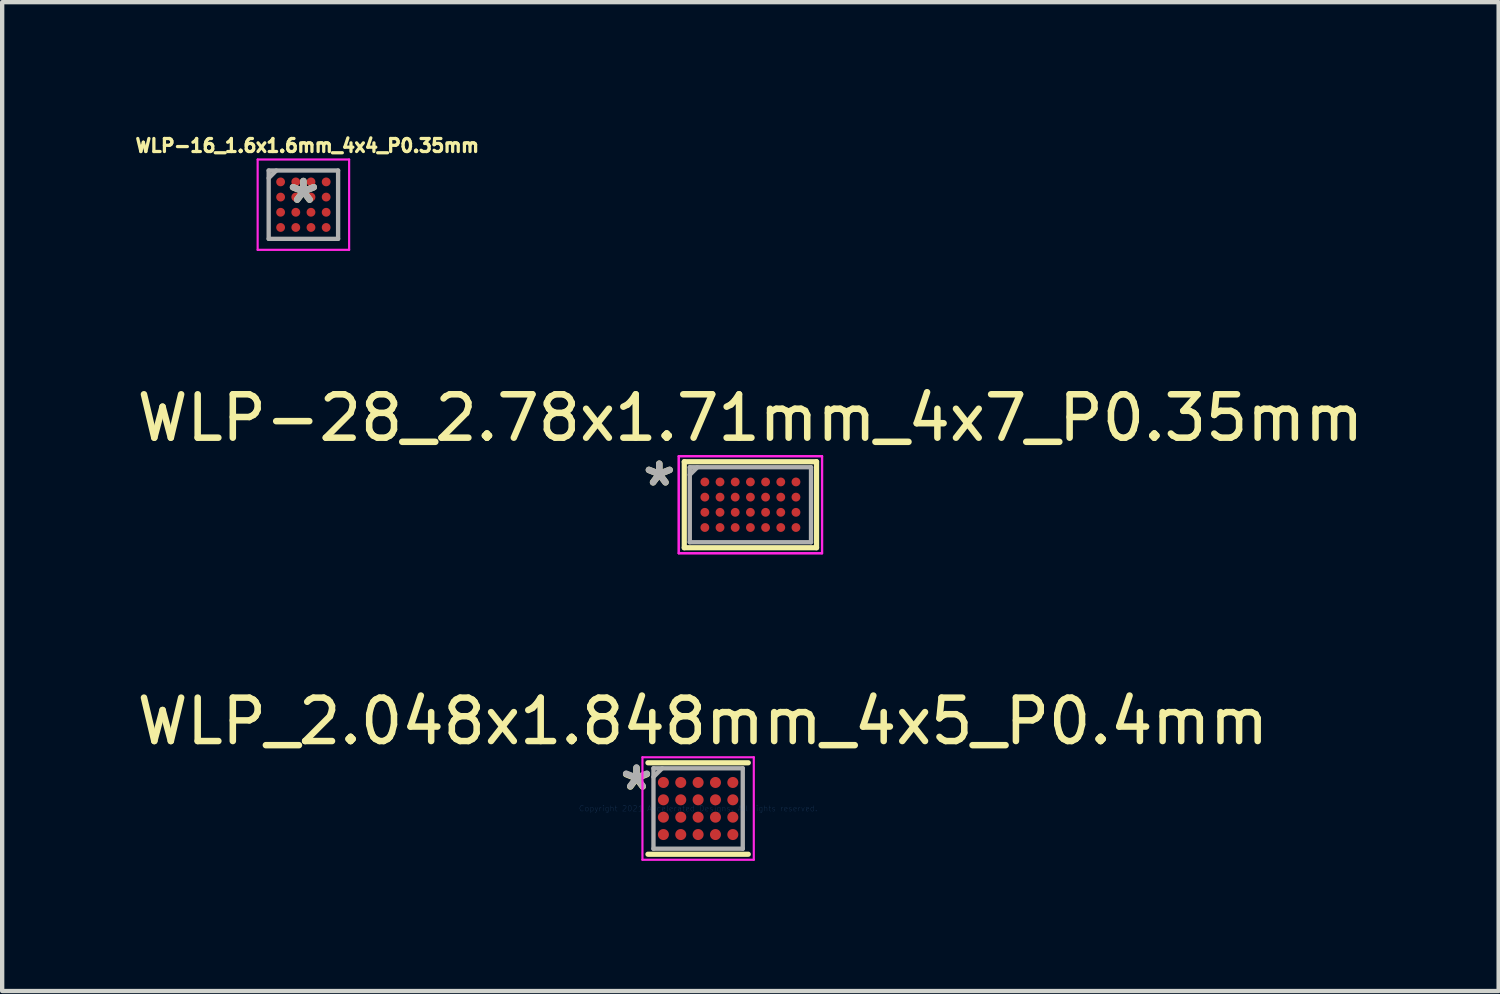
<source format=kicad_pcb>
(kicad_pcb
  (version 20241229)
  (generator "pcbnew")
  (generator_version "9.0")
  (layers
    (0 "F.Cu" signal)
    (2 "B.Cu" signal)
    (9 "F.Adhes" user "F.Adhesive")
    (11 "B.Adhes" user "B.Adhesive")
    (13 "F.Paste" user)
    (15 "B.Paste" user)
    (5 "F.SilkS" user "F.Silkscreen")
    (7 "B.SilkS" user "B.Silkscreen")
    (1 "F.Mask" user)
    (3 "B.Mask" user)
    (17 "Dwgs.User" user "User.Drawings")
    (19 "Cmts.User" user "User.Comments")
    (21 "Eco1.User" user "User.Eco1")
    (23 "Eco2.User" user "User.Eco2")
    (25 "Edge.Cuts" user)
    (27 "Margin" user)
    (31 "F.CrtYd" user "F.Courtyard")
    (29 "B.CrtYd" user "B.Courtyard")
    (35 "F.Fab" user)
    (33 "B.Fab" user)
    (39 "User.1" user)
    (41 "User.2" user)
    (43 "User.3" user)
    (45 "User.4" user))
  (footprint "WLP_2.048x1.848mm_4x5_P0.4mm"
    (layer "F.Cu")
    (at 13.039 15.583)
    (property "Reference" "WLP_2.048x1.848mm_4x5_P0.4mm" (at 0.11 -2.01 0) (layer "F.SilkS") (effects (font (size 1 1) (thickness 0.15))))
    (attr through_hole)
    (fp_line (start -1.156 1.054) (end 1.156 1.054) (stroke (width 0.12) (type solid)) (layer "F.SilkS"))
    (fp_line (start 1.156 -1.054) (end -1.156 -1.054) (stroke (width 0.12) (type solid)) (layer "F.SilkS"))
    (fp_line (start -1.283 -1.181) (end 1.283 -1.181) (stroke (width 0.05) (type solid)) (layer "F.CrtYd"))
    (fp_line (start -1.283 1.181) (end -1.283 -1.181) (stroke (width 0.05) (type solid)) (layer "F.CrtYd"))
    (fp_line (start 1.283 -1.181) (end 1.283 1.181) (stroke (width 0.05) (type solid)) (layer "F.CrtYd"))
    (fp_line (start 1.283 1.181) (end -1.283 1.181) (stroke (width 0.05) (type solid)) (layer "F.CrtYd"))
    (fp_line (start -1.029 -0.927) (end -1.029 0.927) (stroke (width 0.1) (type solid)) (layer "F.Fab"))
    (fp_line (start -1.029 0.927) (end 1.029 0.927) (stroke (width 0.1) (type solid)) (layer "F.Fab"))
    (fp_line (start -0.829 -0.927) (end -1.029 -0.727) (stroke (width 0.1) (type solid)) (layer "F.Fab"))
    (fp_line (start 1.029 -0.927) (end -1.029 -0.927) (stroke (width 0.1) (type solid)) (layer "F.Fab"))
    (fp_line (start 1.029 0.927) (end 1.029 -0.927) (stroke (width 0.1) (type solid)) (layer "F.Fab"))
    (fp_text user "*" (at -1.42 -0.39 0) (layer "F.SilkS") (effects (font (size 1 1) (thickness 0.15))))
    (fp_text user "Copyright 2021 Accelerated Designs. All rights reserved." (at 0 0 0) (layer "Cmts.User") (effects (font (size 0.127 0.127) (thickness 0.002))))
    (fp_text user "*" (at -1.42 -0.4 0) (layer "F.Fab") (effects (font (size 1 1) (thickness 0.15))))
    (pad "A1" smd circle (at -0.8 -0.6) (size 0.254 0.254) (layers "F.Cu" "F.Mask" "F.Paste"))
    (pad "A2" smd circle (at -0.4 -0.6) (size 0.254 0.254) (layers "F.Cu" "F.Mask" "F.Paste"))
    (pad "A3" smd circle (at 0 -0.6) (size 0.254 0.254) (layers "F.Cu" "F.Mask" "F.Paste"))
    (pad "A4" smd circle (at 0.4 -0.6) (size 0.254 0.254) (layers "F.Cu" "F.Mask" "F.Paste"))
    (pad "A5" smd circle (at 0.8 -0.6) (size 0.254 0.254) (layers "F.Cu" "F.Mask" "F.Paste"))
    (pad "B1" smd circle (at -0.8 -0.2) (size 0.254 0.254) (layers "F.Cu" "F.Mask" "F.Paste"))
    (pad "B2" smd circle (at -0.4 -0.2) (size 0.254 0.254) (layers "F.Cu" "F.Mask" "F.Paste"))
    (pad "B3" smd circle (at 0 -0.2) (size 0.254 0.254) (layers "F.Cu" "F.Mask" "F.Paste"))
    (pad "B4" smd circle (at 0.4 -0.2) (size 0.254 0.254) (layers "F.Cu" "F.Mask" "F.Paste"))
    (pad "B5" smd circle (at 0.8 -0.2) (size 0.254 0.254) (layers "F.Cu" "F.Mask" "F.Paste"))
    (pad "C1" smd circle (at -0.8 0.2) (size 0.254 0.254) (layers "F.Cu" "F.Mask" "F.Paste"))
    (pad "C2" smd circle (at -0.4 0.2) (size 0.254 0.254) (layers "F.Cu" "F.Mask" "F.Paste"))
    (pad "C3" smd circle (at 0 0.2) (size 0.254 0.254) (layers "F.Cu" "F.Mask" "F.Paste"))
    (pad "C4" smd circle (at 0.4 0.2) (size 0.254 0.254) (layers "F.Cu" "F.Mask" "F.Paste"))
    (pad "C5" smd circle (at 0.8 0.2) (size 0.254 0.254) (layers "F.Cu" "F.Mask" "F.Paste"))
    (pad "D1" smd circle (at -0.8 0.6) (size 0.254 0.254) (layers "F.Cu" "F.Mask" "F.Paste"))
    (pad "D2" smd circle (at -0.4 0.6) (size 0.254 0.254) (layers "F.Cu" "F.Mask" "F.Paste"))
    (pad "D3" smd circle (at 0 0.6) (size 0.254 0.254) (layers "F.Cu" "F.Mask" "F.Paste"))
    (pad "D4" smd circle (at 0.4 0.6) (size 0.254 0.254) (layers "F.Cu" "F.Mask" "F.Paste"))
    (pad "D5" smd circle (at 0.8 0.6) (size 0.254 0.254) (layers "F.Cu" "F.Mask" "F.Paste")))
  (footprint "WLP-16_1.6x1.6mm_4x4_P0.35mm"
    (layer "F.Cu")
    (at 3.942 1.667)
    (property "Reference" "WLP-16_1.6x1.6mm_4x4_P0.35mm" (at 0.09 -1.36 0) (layer "F.SilkS") (effects (font (size 0.3 0.3) (thickness 0.075))))
    (attr through_hole)
    (fp_line (start -1.054 -1.041) (end 1.054 -1.041) (stroke (width 0.05) (type solid)) (layer "F.CrtYd"))
    (fp_line (start -1.054 1.041) (end -1.054 -1.041) (stroke (width 0.05) (type solid)) (layer "F.CrtYd"))
    (fp_line (start 1.054 -1.041) (end 1.054 1.041) (stroke (width 0.05) (type solid)) (layer "F.CrtYd"))
    (fp_line (start 1.054 1.041) (end -1.054 1.041) (stroke (width 0.05) (type solid)) (layer "F.CrtYd"))
    (fp_line (start -0.8 -0.787) (end -0.8 0.787) (stroke (width 0.1) (type solid)) (layer "F.Fab"))
    (fp_line (start -0.8 0.787) (end 0.8 0.787) (stroke (width 0.1) (type solid)) (layer "F.Fab"))
    (fp_line (start -0.625 -0.787) (end -0.8 -0.612) (stroke (width 0.1) (type solid)) (layer "F.Fab"))
    (fp_line (start 0.8 -0.787) (end -0.8 -0.787) (stroke (width 0.1) (type solid)) (layer "F.Fab"))
    (fp_line (start 0.8 0.787) (end 0.8 -0.787) (stroke (width 0.1) (type solid)) (layer "F.Fab"))
    (fp_text user "*" (at 0 0 0) (layer "F.SilkS") (effects (font (size 1 1) (thickness 0.15))))
    (fp_text user "*" (at 0 0 0) (layer "F.Fab") (effects (font (size 1 1) (thickness 0.15))))
    (pad "A1" smd circle (at -0.525 -0.525) (size 0.203 0.203) (layers "F.Cu" "F.Mask" "F.Paste"))
    (pad "A2" smd circle (at -0.175 -0.525) (size 0.203 0.203) (layers "F.Cu" "F.Mask" "F.Paste"))
    (pad "A3" smd circle (at 0.175 -0.525) (size 0.203 0.203) (layers "F.Cu" "F.Mask" "F.Paste"))
    (pad "A4" smd circle (at 0.525 -0.525) (size 0.203 0.203) (layers "F.Cu" "F.Mask" "F.Paste"))
    (pad "B1" smd circle (at -0.525 -0.175) (size 0.203 0.203) (layers "F.Cu" "F.Mask" "F.Paste"))
    (pad "B2" smd circle (at -0.175 -0.175) (size 0.203 0.203) (layers "F.Cu" "F.Mask" "F.Paste"))
    (pad "B3" smd circle (at 0.175 -0.175) (size 0.203 0.203) (layers "F.Cu" "F.Mask" "F.Paste"))
    (pad "B4" smd circle (at 0.525 -0.175) (size 0.203 0.203) (layers "F.Cu" "F.Mask" "F.Paste"))
    (pad "C1" smd circle (at -0.525 0.175) (size 0.203 0.203) (layers "F.Cu" "F.Mask" "F.Paste"))
    (pad "C2" smd circle (at -0.175 0.175) (size 0.203 0.203) (layers "F.Cu" "F.Mask" "F.Paste"))
    (pad "C3" smd circle (at 0.175 0.175) (size 0.203 0.203) (layers "F.Cu" "F.Mask" "F.Paste"))
    (pad "C4" smd circle (at 0.525 0.175) (size 0.203 0.203) (layers "F.Cu" "F.Mask" "F.Paste"))
    (pad "D1" smd circle (at -0.525 0.525) (size 0.203 0.203) (layers "F.Cu" "F.Mask" "F.Paste"))
    (pad "D2" smd circle (at -0.175 0.525) (size 0.203 0.203) (layers "F.Cu" "F.Mask" "F.Paste"))
    (pad "D3" smd circle (at 0.175 0.525) (size 0.203 0.203) (layers "F.Cu" "F.Mask" "F.Paste"))
    (pad "D4" smd circle (at 0.525 0.525) (size 0.203 0.203) (layers "F.Cu" "F.Mask" "F.Paste")))
  (footprint "WLP-28_2.78x1.71mm_4x7_P0.35mm"
    (layer "F.Cu")
    (at 14.244 8.582)
    (property "Reference" "WLP-28_2.78x1.71mm_4x7_P0.35mm" (at 0 -2 0) (layer "F.SilkS") (effects (font (size 1 1) (thickness 0.15))))
    (attr through_hole)
    (fp_line (start -1.524 -0.991) (end -1.524 0.991) (stroke (width 0.12) (type solid)) (layer "F.SilkS"))
    (fp_line (start -1.524 0.991) (end 1.524 0.991) (stroke (width 0.12) (type solid)) (layer "F.SilkS"))
    (fp_line (start 1.524 -0.991) (end -1.524 -0.991) (stroke (width 0.12) (type solid)) (layer "F.SilkS"))
    (fp_line (start 1.524 0.991) (end 1.524 -0.991) (stroke (width 0.12) (type solid)) (layer "F.SilkS"))
    (fp_line (start -1.651 -1.118) (end 1.651 -1.118) (stroke (width 0.05) (type solid)) (layer "F.CrtYd"))
    (fp_line (start -1.651 -1.118) (end 1.651 -1.118) (stroke (width 0.05) (type solid)) (layer "F.CrtYd"))
    (fp_line (start -1.651 1.118) (end -1.651 -1.118) (stroke (width 0.05) (type solid)) (layer "F.CrtYd"))
    (fp_line (start -1.651 1.118) (end -1.651 -1.118) (stroke (width 0.05) (type solid)) (layer "F.CrtYd"))
    (fp_line (start 1.651 -1.118) (end 1.651 1.118) (stroke (width 0.05) (type solid)) (layer "F.CrtYd"))
    (fp_line (start 1.651 -1.118) (end 1.651 1.118) (stroke (width 0.05) (type solid)) (layer "F.CrtYd"))
    (fp_line (start 1.651 1.118) (end -1.651 1.118) (stroke (width 0.05) (type solid)) (layer "F.CrtYd"))
    (fp_line (start 1.651 1.118) (end -1.651 1.118) (stroke (width 0.05) (type solid)) (layer "F.CrtYd"))
    (fp_line (start -1.397 -0.864) (end -1.397 0.864) (stroke (width 0.1) (type solid)) (layer "F.Fab"))
    (fp_line (start -1.397 0.864) (end 1.397 0.864) (stroke (width 0.1) (type solid)) (layer "F.Fab"))
    (fp_line (start -1.222 -0.864) (end -1.397 -0.689) (stroke (width 0.1) (type solid)) (layer "F.Fab"))
    (fp_line (start 1.397 -0.864) (end -1.397 -0.864) (stroke (width 0.1) (type solid)) (layer "F.Fab"))
    (fp_line (start 1.397 0.864) (end 1.397 -0.864) (stroke (width 0.1) (type solid)) (layer "F.Fab"))
    (fp_text user "*" (at -2.1 -0.4 0) (layer "F.SilkS") (effects (font (size 1 1) (thickness 0.15))))
    (fp_text user "*" (at -2.1 -0.4 0) (layer "F.Fab") (effects (font (size 1 1) (thickness 0.15))))
    (pad "A1" smd circle (at -1.05 -0.525) (size 0.203 0.203) (layers "F.Cu" "F.Mask" "F.Paste"))
    (pad "A2" smd circle (at -0.7 -0.525) (size 0.203 0.203) (layers "F.Cu" "F.Mask" "F.Paste"))
    (pad "A3" smd circle (at -0.35 -0.525) (size 0.203 0.203) (layers "F.Cu" "F.Mask" "F.Paste"))
    (pad "A4" smd circle (at 0 -0.525) (size 0.203 0.203) (layers "F.Cu" "F.Mask" "F.Paste"))
    (pad "A5" smd circle (at 0.35 -0.525) (size 0.203 0.203) (layers "F.Cu" "F.Mask" "F.Paste"))
    (pad "A6" smd circle (at 0.7 -0.525) (size 0.203 0.203) (layers "F.Cu" "F.Mask" "F.Paste"))
    (pad "A7" smd circle (at 1.05 -0.525) (size 0.203 0.203) (layers "F.Cu" "F.Mask" "F.Paste"))
    (pad "B1" smd circle (at -1.05 -0.175) (size 0.203 0.203) (layers "F.Cu" "F.Mask" "F.Paste"))
    (pad "B2" smd circle (at -0.7 -0.175) (size 0.203 0.203) (layers "F.Cu" "F.Mask" "F.Paste"))
    (pad "B3" smd circle (at -0.35 -0.175) (size 0.203 0.203) (layers "F.Cu" "F.Mask" "F.Paste"))
    (pad "B4" smd circle (at 0 -0.175) (size 0.203 0.203) (layers "F.Cu" "F.Mask" "F.Paste"))
    (pad "B5" smd circle (at 0.35 -0.175) (size 0.203 0.203) (layers "F.Cu" "F.Mask" "F.Paste"))
    (pad "B6" smd circle (at 0.7 -0.175) (size 0.203 0.203) (layers "F.Cu" "F.Mask" "F.Paste"))
    (pad "B7" smd circle (at 1.05 -0.175) (size 0.203 0.203) (layers "F.Cu" "F.Mask" "F.Paste"))
    (pad "C1" smd circle (at -1.05 0.175) (size 0.203 0.203) (layers "F.Cu" "F.Mask" "F.Paste"))
    (pad "C2" smd circle (at -0.7 0.175) (size 0.203 0.203) (layers "F.Cu" "F.Mask" "F.Paste"))
    (pad "C3" smd circle (at -0.35 0.175) (size 0.203 0.203) (layers "F.Cu" "F.Mask" "F.Paste"))
    (pad "C4" smd circle (at 0 0.175) (size 0.203 0.203) (layers "F.Cu" "F.Mask" "F.Paste"))
    (pad "C5" smd circle (at 0.35 0.175) (size 0.203 0.203) (layers "F.Cu" "F.Mask" "F.Paste"))
    (pad "C6" smd circle (at 0.7 0.175) (size 0.203 0.203) (layers "F.Cu" "F.Mask" "F.Paste"))
    (pad "C7" smd circle (at 1.05 0.175) (size 0.203 0.203) (layers "F.Cu" "F.Mask" "F.Paste"))
    (pad "D1" smd circle (at -1.05 0.525) (size 0.203 0.203) (layers "F.Cu" "F.Mask" "F.Paste"))
    (pad "D2" smd circle (at -0.7 0.525) (size 0.203 0.203) (layers "F.Cu" "F.Mask" "F.Paste"))
    (pad "D3" smd circle (at -0.35 0.525) (size 0.203 0.203) (layers "F.Cu" "F.Mask" "F.Paste"))
    (pad "D4" smd circle (at 0 0.525) (size 0.203 0.203) (layers "F.Cu" "F.Mask" "F.Paste"))
    (pad "D5" smd circle (at 0.35 0.525) (size 0.203 0.203) (layers "F.Cu" "F.Mask" "F.Paste"))
    (pad "D6" smd circle (at 0.7 0.525) (size 0.203 0.203) (layers "F.Cu" "F.Mask" "F.Paste"))
    (pad "D7" smd circle (at 1.05 0.525) (size 0.203 0.203) (layers "F.Cu" "F.Mask" "F.Paste")))
  (gr_rect
    (start -3 -3)
    (end 31.488 19.789)
    (stroke (width 0.1) (type default))
    (fill no)
    (layer "Edge.Cuts")))
</source>
